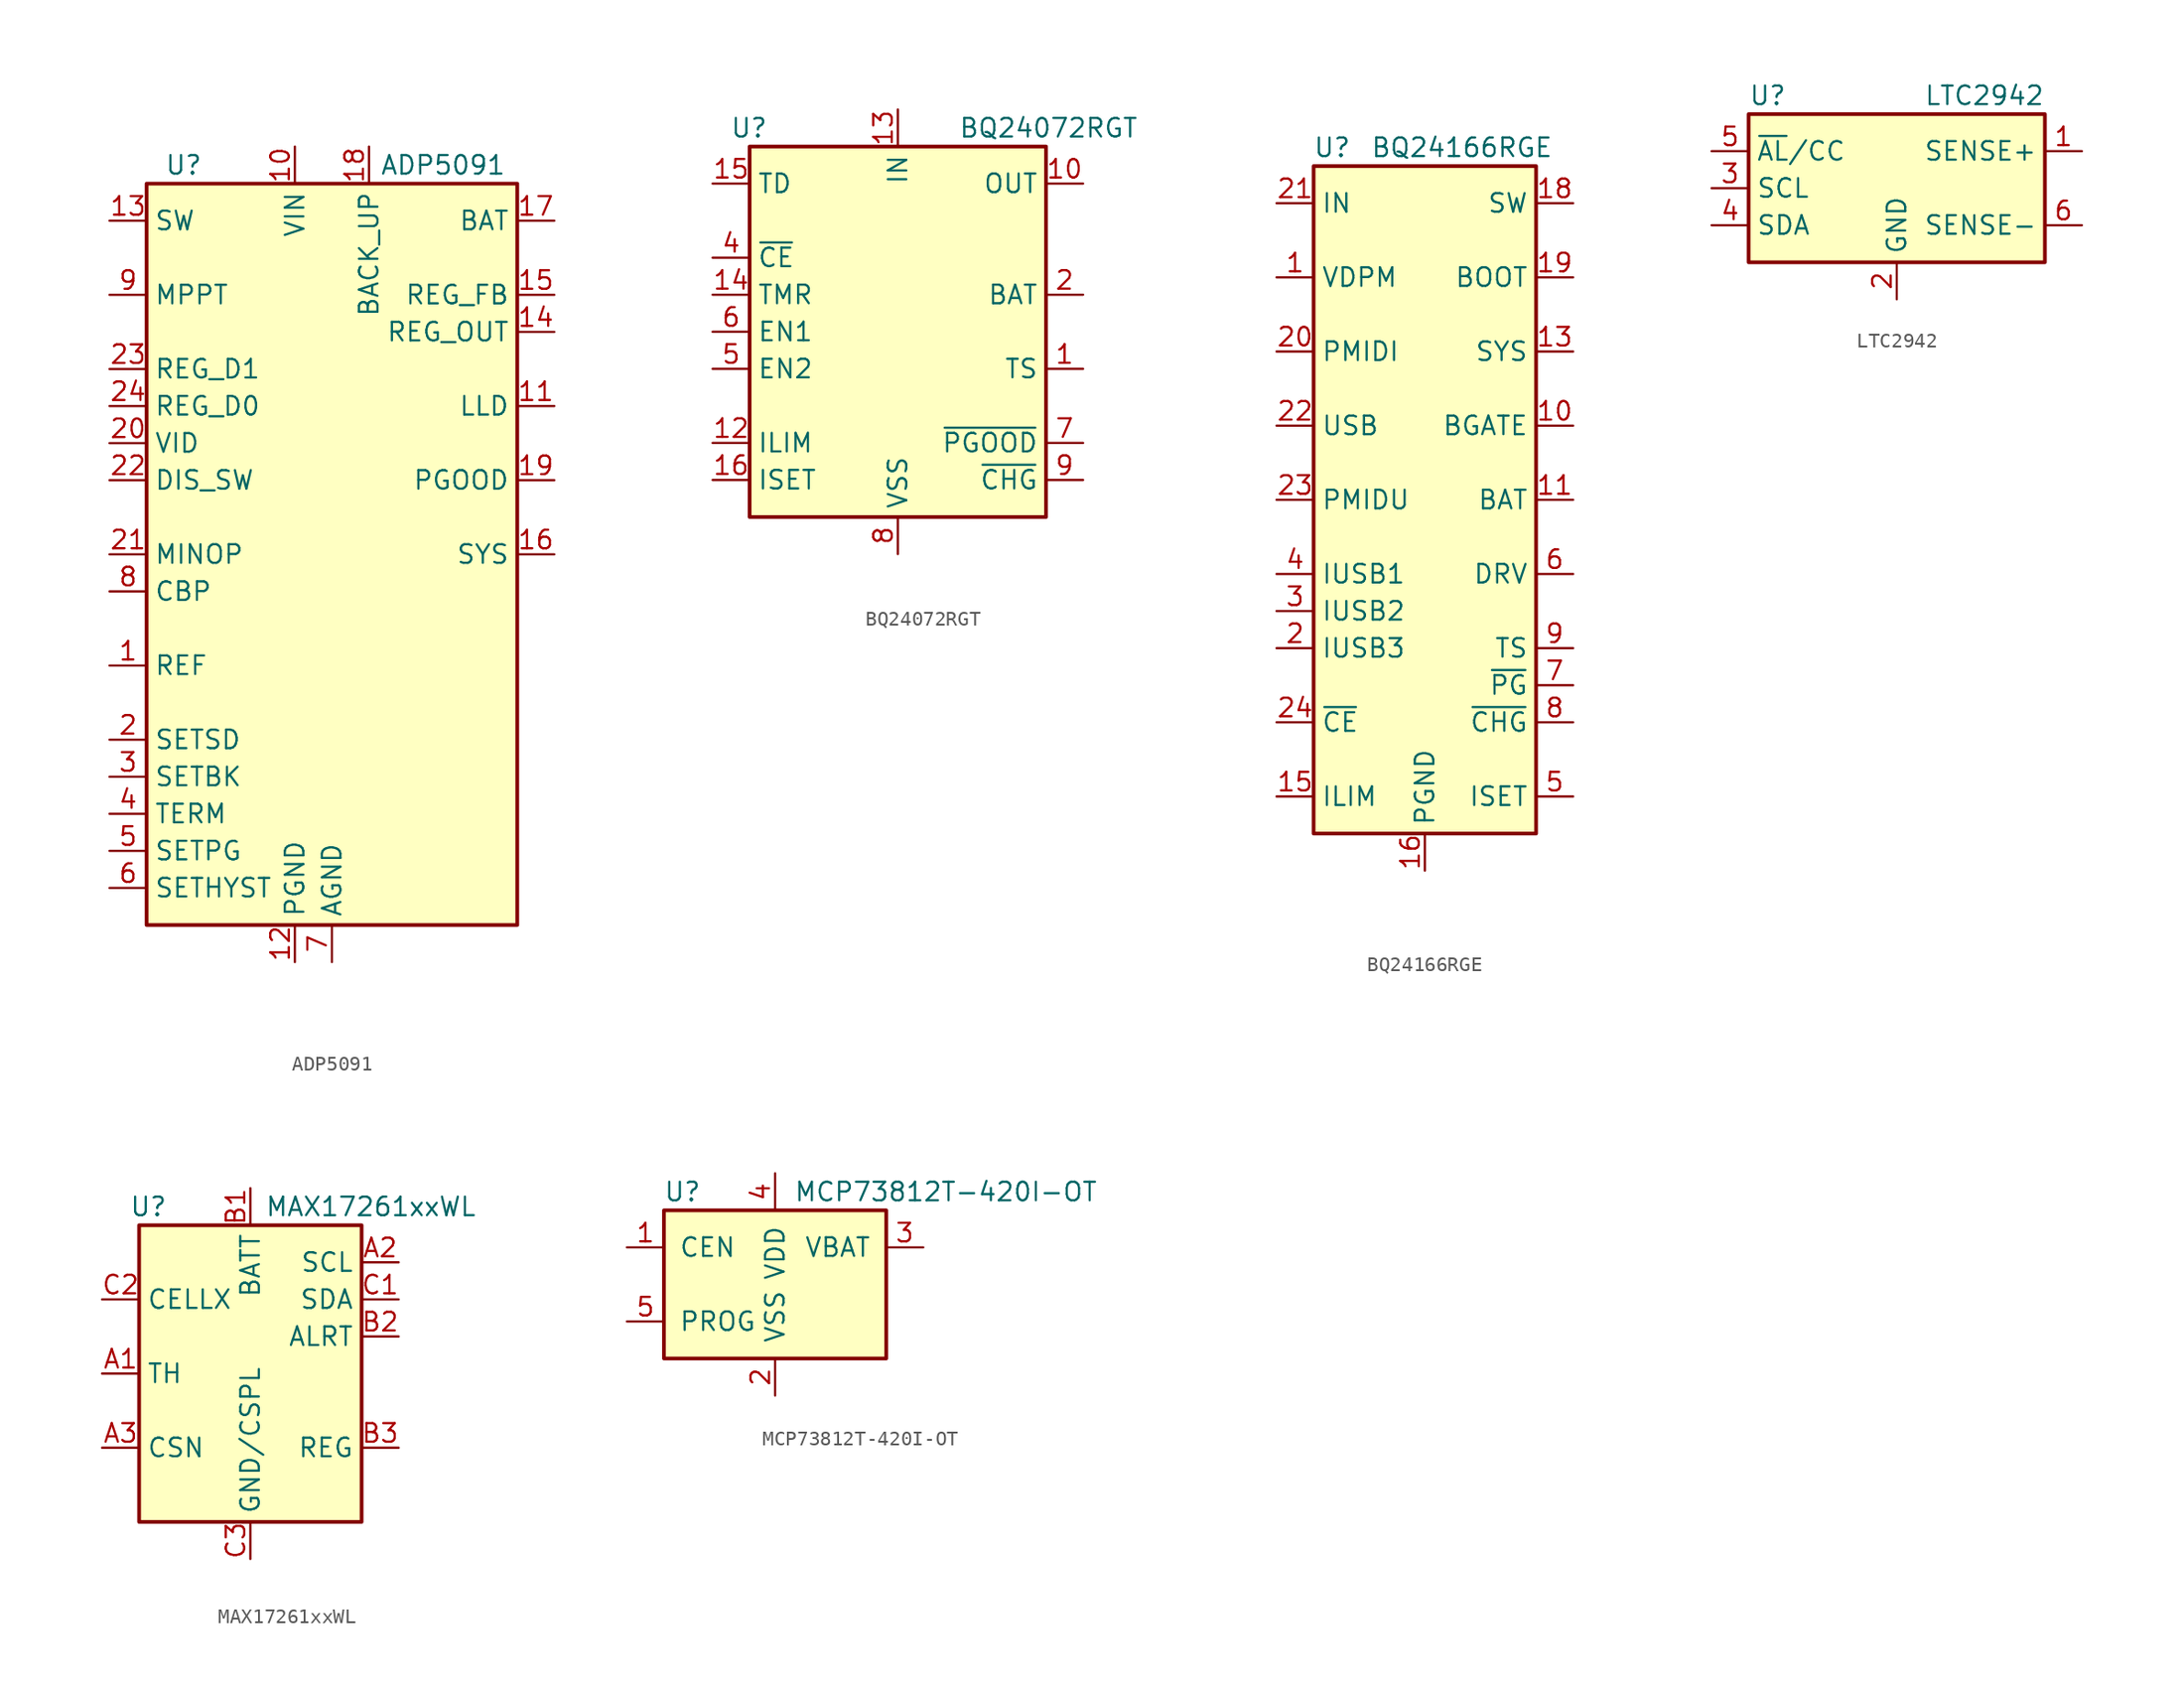
<source format=kicad_sym>
(kicad_symbol_lib
  (version 20201005)
  (generator kicad_symbol_editor)
  (symbol "ADP5091"
    (property "Reference" "U"
      (at -10.16 26.67 0)
      (effects (font (size 1.27 1.27))))
    (property "Value" "ADP5091"
      (at 7.62 26.67 0)
      (effects (font (size 1.27 1.27))))
    (symbol "ADP5091_0_1"
      (rectangle (start 12.7 25.4) (end -12.7 -25.4) (stroke (width 0.254)) (fill (type background))))
    (symbol "ADP5091_1_1"
      (pin passive line (at -15.24 -7.62 0) (length 2.54) (name "REF" (effects (font (size 1.27 1.27)))) (number "1" (effects (font (size 1.27 1.27)))))
      (pin power_in line (at -2.54 27.94 270) (length 2.54) (name "VIN" (effects (font (size 1.27 1.27)))) (number "10" (effects (font (size 1.27 1.27)))))
      (pin output line (at 15.24 10.16 180) (length 2.54) (name "LLD" (effects (font (size 1.27 1.27)))) (number "11" (effects (font (size 1.27 1.27)))))
      (pin power_in line (at -2.54 -27.94 90) (length 2.54) (name "PGND" (effects (font (size 1.27 1.27)))) (number "12" (effects (font (size 1.27 1.27)))))
      (pin power_in line (at -15.24 22.86 0) (length 2.54) (name "SW" (effects (font (size 1.27 1.27)))) (number "13" (effects (font (size 1.27 1.27)))))
      (pin power_out line (at 15.24 15.24 180) (length 2.54) (name "REG_OUT" (effects (font (size 1.27 1.27)))) (number "14" (effects (font (size 1.27 1.27)))))
      (pin power_out line (at 15.24 17.78 180) (length 2.54) (name "REG_FB" (effects (font (size 1.27 1.27)))) (number "15" (effects (font (size 1.27 1.27)))))
      (pin power_out line (at 15.24 0 180) (length 2.54) (name "SYS" (effects (font (size 1.27 1.27)))) (number "16" (effects (font (size 1.27 1.27)))))
      (pin power_out line (at 15.24 22.86 180) (length 2.54) (name "BAT" (effects (font (size 1.27 1.27)))) (number "17" (effects (font (size 1.27 1.27)))))
      (pin power_in line (at 2.54 27.94 270) (length 2.54) (name "BACK_UP" (effects (font (size 1.27 1.27)))) (number "18" (effects (font (size 1.27 1.27)))))
      (pin output line (at 15.24 5.08 180) (length 2.54) (name "PGOOD" (effects (font (size 1.27 1.27)))) (number "19" (effects (font (size 1.27 1.27)))))
      (pin passive line (at -15.24 -12.7 0) (length 2.54) (name "SETSD" (effects (font (size 1.27 1.27)))) (number "2" (effects (font (size 1.27 1.27)))))
      (pin input line (at -15.24 7.62 0) (length 2.54) (name "VID" (effects (font (size 1.27 1.27)))) (number "20" (effects (font (size 1.27 1.27)))))
      (pin passive line (at -15.24 0 0) (length 2.54) (name "MINOP" (effects (font (size 1.27 1.27)))) (number "21" (effects (font (size 1.27 1.27)))))
      (pin input line (at -15.24 5.08 0) (length 2.54) (name "DIS_SW" (effects (font (size 1.27 1.27)))) (number "22" (effects (font (size 1.27 1.27)))))
      (pin input line (at -15.24 12.7 0) (length 2.54) (name "REG_D1" (effects (font (size 1.27 1.27)))) (number "23" (effects (font (size 1.27 1.27)))))
      (pin input line (at -15.24 10.16 0) (length 2.54) (name "REG_D0" (effects (font (size 1.27 1.27)))) (number "24" (effects (font (size 1.27 1.27)))))
      (pin passive line (at 0 -27.94 90) (length 2.54) hide (name "AGND" (effects (font (size 1.27 1.27)))) (number "25" (effects (font (size 1.27 1.27)))))
      (pin passive line (at -15.24 -15.24 0) (length 2.54) (name "SETBK" (effects (font (size 1.27 1.27)))) (number "3" (effects (font (size 1.27 1.27)))))
      (pin passive line (at -15.24 -17.78 0) (length 2.54) (name "TERM" (effects (font (size 1.27 1.27)))) (number "4" (effects (font (size 1.27 1.27)))))
      (pin passive line (at -15.24 -20.32 0) (length 2.54) (name "SETPG" (effects (font (size 1.27 1.27)))) (number "5" (effects (font (size 1.27 1.27)))))
      (pin passive line (at -15.24 -22.86 0) (length 2.54) (name "SETHYST" (effects (font (size 1.27 1.27)))) (number "6" (effects (font (size 1.27 1.27)))))
      (pin power_in line (at 0 -27.94 90) (length 2.54) (name "AGND" (effects (font (size 1.27 1.27)))) (number "7" (effects (font (size 1.27 1.27)))))
      (pin passive line (at -15.24 -2.54 0) (length 2.54) (name "CBP" (effects (font (size 1.27 1.27)))) (number "8" (effects (font (size 1.27 1.27)))))
      (pin input line (at -15.24 17.78 0) (length 2.54) (name "MPPT" (effects (font (size 1.27 1.27)))) (number "9" (effects (font (size 1.27 1.27)))))))
  (symbol "BQ24072RGT"
    (property "Reference" "U"
      (at -8.89 13.97 0)
      (effects (font (size 1.27 1.27)) (justify right)))
    (property "Value" "BQ24072RGT"
      (at 16.51 13.97 0)
      (effects (font (size 1.27 1.27)) (justify right)))
    (symbol "BQ24072RGT_0_1"
      (rectangle (start -10.16 12.7) (end 10.16 -12.7) (stroke (width 0.254)) (fill (type background))))
    (symbol "BQ24072RGT_1_1"
      (pin passive line (at 12.7 -2.54 180) (length 2.54) (name "TS" (effects (font (size 1.27 1.27)))) (number "1" (effects (font (size 1.27 1.27)))))
      (pin power_out line (at 12.7 10.16 180) (length 2.54) (name "OUT" (effects (font (size 1.27 1.27)))) (number "10" (effects (font (size 1.27 1.27)))))
      (pin passive line (at 12.7 10.16 180) (length 2.54) hide (name "OUT" (effects (font (size 1.27 1.27)))) (number "11" (effects (font (size 1.27 1.27)))))
      (pin passive line (at -12.7 -7.62 0) (length 2.54) (name "ILIM" (effects (font (size 1.27 1.27)))) (number "12" (effects (font (size 1.27 1.27)))))
      (pin power_in line (at 0 15.24 270) (length 2.54) (name "IN" (effects (font (size 1.27 1.27)))) (number "13" (effects (font (size 1.27 1.27)))))
      (pin input line (at -12.7 2.54 0) (length 2.54) (name "TMR" (effects (font (size 1.27 1.27)))) (number "14" (effects (font (size 1.27 1.27)))))
      (pin input line (at -12.7 10.16 0) (length 2.54) (name "TD" (effects (font (size 1.27 1.27)))) (number "15" (effects (font (size 1.27 1.27)))))
      (pin passive line (at -12.7 -10.16 0) (length 2.54) (name "ISET" (effects (font (size 1.27 1.27)))) (number "16" (effects (font (size 1.27 1.27)))))
      (pin passive line (at 0 -15.24 90) (length 2.54) hide (name "VSS" (effects (font (size 1.27 1.27)))) (number "17" (effects (font (size 1.27 1.27)))))
      (pin power_out line (at 12.7 2.54 180) (length 2.54) (name "BAT" (effects (font (size 1.27 1.27)))) (number "2" (effects (font (size 1.27 1.27)))))
      (pin passive line (at 12.7 2.54 180) (length 2.54) hide (name "BAT" (effects (font (size 1.27 1.27)))) (number "3" (effects (font (size 1.27 1.27)))))
      (pin input line (at -12.7 5.08 0) (length 2.54) (name "~CE" (effects (font (size 1.27 1.27)))) (number "4" (effects (font (size 1.27 1.27)))))
      (pin input line (at -12.7 -2.54 0) (length 2.54) (name "EN2" (effects (font (size 1.27 1.27)))) (number "5" (effects (font (size 1.27 1.27)))))
      (pin input line (at -12.7 0 0) (length 2.54) (name "EN1" (effects (font (size 1.27 1.27)))) (number "6" (effects (font (size 1.27 1.27)))))
      (pin open_collector line (at 12.7 -7.62 180) (length 2.54) (name "~PGOOD" (effects (font (size 1.27 1.27)))) (number "7" (effects (font (size 1.27 1.27)))))
      (pin power_in line (at 0 -15.24 90) (length 2.54) (name "VSS" (effects (font (size 1.27 1.27)))) (number "8" (effects (font (size 1.27 1.27)))))
      (pin open_collector line (at 12.7 -10.16 180) (length 2.54) (name "~CHG" (effects (font (size 1.27 1.27)))) (number "9" (effects (font (size 1.27 1.27)))))))
  (symbol "BQ24166RGE"
    (property "Reference" "U"
      (at -6.35 24.13 0)
      (effects (font (size 1.27 1.27))))
    (property "Value" "BQ24166RGE"
      (at 2.54 24.13 0)
      (effects (font (size 1.27 1.27))))
    (symbol "BQ24166RGE_0_1"
      (rectangle (start -7.62 22.86) (end 7.62 -22.86) (stroke (width 0.254)) (fill (type background))))
    (symbol "BQ24166RGE_1_1"
      (pin input line (at -10.16 15.24 0) (length 2.54) (name "VDPM" (effects (font (size 1.27 1.27)))) (number "1" (effects (font (size 1.27 1.27)))))
      (pin output line (at 10.16 5.08 180) (length 2.54) (name "BGATE" (effects (font (size 1.27 1.27)))) (number "10" (effects (font (size 1.27 1.27)))))
      (pin passive line (at 10.16 0 180) (length 2.54) (name "BAT" (effects (font (size 1.27 1.27)))) (number "11" (effects (font (size 1.27 1.27)))))
      (pin passive line (at 10.16 0 180) (length 2.54) hide (name "BAT" (effects (font (size 1.27 1.27)))) (number "12" (effects (font (size 1.27 1.27)))))
      (pin power_out line (at 10.16 10.16 180) (length 2.54) (name "SYS" (effects (font (size 1.27 1.27)))) (number "13" (effects (font (size 1.27 1.27)))))
      (pin passive line (at 10.16 10.16 180) (length 2.54) hide (name "SYS" (effects (font (size 1.27 1.27)))) (number "14" (effects (font (size 1.27 1.27)))))
      (pin passive line (at -10.16 -20.32 0) (length 2.54) (name "ILIM" (effects (font (size 1.27 1.27)))) (number "15" (effects (font (size 1.27 1.27)))))
      (pin power_in line (at 0 -25.4 90) (length 2.54) (name "PGND" (effects (font (size 1.27 1.27)))) (number "16" (effects (font (size 1.27 1.27)))))
      (pin passive line (at 0 -25.4 90) (length 2.54) hide (name "PGND" (effects (font (size 1.27 1.27)))) (number "17" (effects (font (size 1.27 1.27)))))
      (pin passive line (at 10.16 20.32 180) (length 2.54) (name "SW" (effects (font (size 1.27 1.27)))) (number "18" (effects (font (size 1.27 1.27)))))
      (pin passive line (at 10.16 15.24 180) (length 2.54) (name "BOOT" (effects (font (size 1.27 1.27)))) (number "19" (effects (font (size 1.27 1.27)))))
      (pin passive line (at -10.16 -10.16 0) (length 2.54) (name "IUSB3" (effects (font (size 1.27 1.27)))) (number "2" (effects (font (size 1.27 1.27)))))
      (pin passive line (at -10.16 10.16 0) (length 2.54) (name "PMIDI" (effects (font (size 1.27 1.27)))) (number "20" (effects (font (size 1.27 1.27)))))
      (pin input line (at -10.16 20.32 0) (length 2.54) (name "IN" (effects (font (size 1.27 1.27)))) (number "21" (effects (font (size 1.27 1.27)))))
      (pin power_in line (at -10.16 5.08 0) (length 2.54) (name "USB" (effects (font (size 1.27 1.27)))) (number "22" (effects (font (size 1.27 1.27)))))
      (pin passive line (at -10.16 0 0) (length 2.54) (name "PMIDU" (effects (font (size 1.27 1.27)))) (number "23" (effects (font (size 1.27 1.27)))))
      (pin input line (at -10.16 -15.24 0) (length 2.54) (name "~CE" (effects (font (size 1.27 1.27)))) (number "24" (effects (font (size 1.27 1.27)))))
      (pin passive line (at 0 -25.4 90) (length 2.54) hide (name "PGND" (effects (font (size 1.27 1.27)))) (number "25" (effects (font (size 1.27 1.27)))))
      (pin passive line (at -10.16 -7.62 0) (length 2.54) (name "IUSB2" (effects (font (size 1.27 1.27)))) (number "3" (effects (font (size 1.27 1.27)))))
      (pin passive line (at -10.16 -5.08 0) (length 2.54) (name "IUSB1" (effects (font (size 1.27 1.27)))) (number "4" (effects (font (size 1.27 1.27)))))
      (pin passive line (at 10.16 -20.32 180) (length 2.54) (name "ISET" (effects (font (size 1.27 1.27)))) (number "5" (effects (font (size 1.27 1.27)))))
      (pin output line (at 10.16 -5.08 180) (length 2.54) (name "DRV" (effects (font (size 1.27 1.27)))) (number "6" (effects (font (size 1.27 1.27)))))
      (pin open_collector line (at 10.16 -12.7 180) (length 2.54) (name "~PG" (effects (font (size 1.27 1.27)))) (number "7" (effects (font (size 1.27 1.27)))))
      (pin open_collector line (at 10.16 -15.24 180) (length 2.54) (name "~CHG" (effects (font (size 1.27 1.27)))) (number "8" (effects (font (size 1.27 1.27)))))
      (pin passive line (at 10.16 -10.16 180) (length 2.54) (name "TS" (effects (font (size 1.27 1.27)))) (number "9" (effects (font (size 1.27 1.27)))))))
  (symbol "LTC2942"
    (property "Reference" "U"
      (at -10.16 6.35 0)
      (effects (font (size 1.27 1.27)) (justify left)))
    (property "Value" "LTC2942"
      (at 10.16 6.35 0)
      (effects (font (size 1.27 1.27)) (justify right)))
    (symbol "LTC2942_0_1"
      (rectangle (start -10.16 5.08) (end 10.16 -5.08) (stroke (width 0.254)) (fill (type background))))
    (symbol "LTC2942_1_1"
      (pin passive line (at 12.7 2.54 180) (length 2.54) (name "SENSE+" (effects (font (size 1.27 1.27)))) (number "1" (effects (font (size 1.27 1.27)))))
      (pin power_in line (at 0 -7.62 90) (length 2.54) (name "GND" (effects (font (size 1.27 1.27)))) (number "2" (effects (font (size 1.27 1.27)))))
      (pin input line (at -12.7 0 0) (length 2.54) (name "SCL" (effects (font (size 1.27 1.27)))) (number "3" (effects (font (size 1.27 1.27)))))
      (pin bidirectional line (at -12.7 -2.54 0) (length 2.54) (name "SDA" (effects (font (size 1.27 1.27)))) (number "4" (effects (font (size 1.27 1.27)))))
      (pin bidirectional line (at -12.7 2.54 0) (length 2.54) (name "~AL~/CC" (effects (font (size 1.27 1.27)))) (number "5" (effects (font (size 1.27 1.27)))))
      (pin passive line (at 12.7 -2.54 180) (length 2.54) (name "SENSE-" (effects (font (size 1.27 1.27)))) (number "6" (effects (font (size 1.27 1.27)))))))
  (symbol "MAX17261xxWL"
    (property "Reference" "U"
      (at -6.985 11.43 0)
      (effects (font (size 1.27 1.27))))
    (property "Value" "MAX17261xxWL"
      (at 8.255 11.43 0)
      (effects (font (size 1.27 1.27))))
    (symbol "MAX17261xxWL_0_1"
      (rectangle (start -7.62 10.16) (end 7.62 -10.16) (stroke (width 0.254)) (fill (type background))))
    (symbol "MAX17261xxWL_1_1"
      (pin passive line (at -10.16 0 0) (length 2.54) (name "TH" (effects (font (size 1.27 1.27)))) (number "A1" (effects (font (size 1.27 1.27)))))
      (pin input line (at 10.16 7.62 180) (length 2.54) (name "SCL" (effects (font (size 1.27 1.27)))) (number "A2" (effects (font (size 1.27 1.27)))))
      (pin passive line (at -10.16 -5.08 0) (length 2.54) (name "CSN" (effects (font (size 1.27 1.27)))) (number "A3" (effects (font (size 1.27 1.27)))))
      (pin power_in line (at 0 12.7 270) (length 2.54) (name "BATT" (effects (font (size 1.27 1.27)))) (number "B1" (effects (font (size 1.27 1.27)))))
      (pin open_collector line (at 10.16 2.54 180) (length 2.54) (name "ALRT" (effects (font (size 1.27 1.27)))) (number "B2" (effects (font (size 1.27 1.27)))))
      (pin power_out line (at 10.16 -5.08 180) (length 2.54) (name "REG" (effects (font (size 1.27 1.27)))) (number "B3" (effects (font (size 1.27 1.27)))))
      (pin bidirectional line (at 10.16 5.08 180) (length 2.54) (name "SDA" (effects (font (size 1.27 1.27)))) (number "C1" (effects (font (size 1.27 1.27)))))
      (pin input line (at -10.16 5.08 0) (length 2.54) (name "CELLX" (effects (font (size 1.27 1.27)))) (number "C2" (effects (font (size 1.27 1.27)))))
      (pin power_in line (at 0 -12.7 90) (length 2.54) (name "GND/CSPL" (effects (font (size 1.27 1.27)))) (number "C3" (effects (font (size 1.27 1.27)))))))
  (symbol "MCP73812T-420I-OT"
    (pin_names
      (offset 1.016))
    (property "Reference" "U"
      (at -6.35 6.35 0)
      (effects (font (size 1.27 1.27))))
    (property "Value" "MCP73812T-420I-OT"
      (at 1.27 6.35 0)
      (effects (font (size 1.27 1.27)) (justify left)))
    (symbol "MCP73812T-420I-OT_0_1"
      (rectangle (start -7.62 5.08) (end 7.62 -5.08) (stroke (width 0.254)) (fill (type background))))
    (symbol "MCP73812T-420I-OT_1_1"
      (pin input line (at -10.16 2.54 0) (length 2.54) (name "CEN" (effects (font (size 1.27 1.27)))) (number "1" (effects (font (size 1.27 1.27)))))
      (pin power_in line (at 0 -7.62 90) (length 2.54) (name "VSS" (effects (font (size 1.27 1.27)))) (number "2" (effects (font (size 1.27 1.27)))))
      (pin power_out line (at 10.16 2.54 180) (length 2.54) (name "VBAT" (effects (font (size 1.27 1.27)))) (number "3" (effects (font (size 1.27 1.27)))))
      (pin power_in line (at 0 7.62 270) (length 2.54) (name "VDD" (effects (font (size 1.27 1.27)))) (number "4" (effects (font (size 1.27 1.27)))))
      (pin input line (at -10.16 -2.54 0) (length 2.54) (name "PROG" (effects (font (size 1.27 1.27)))) (number "5" (effects (font (size 1.27 1.27))))))))
</source>
